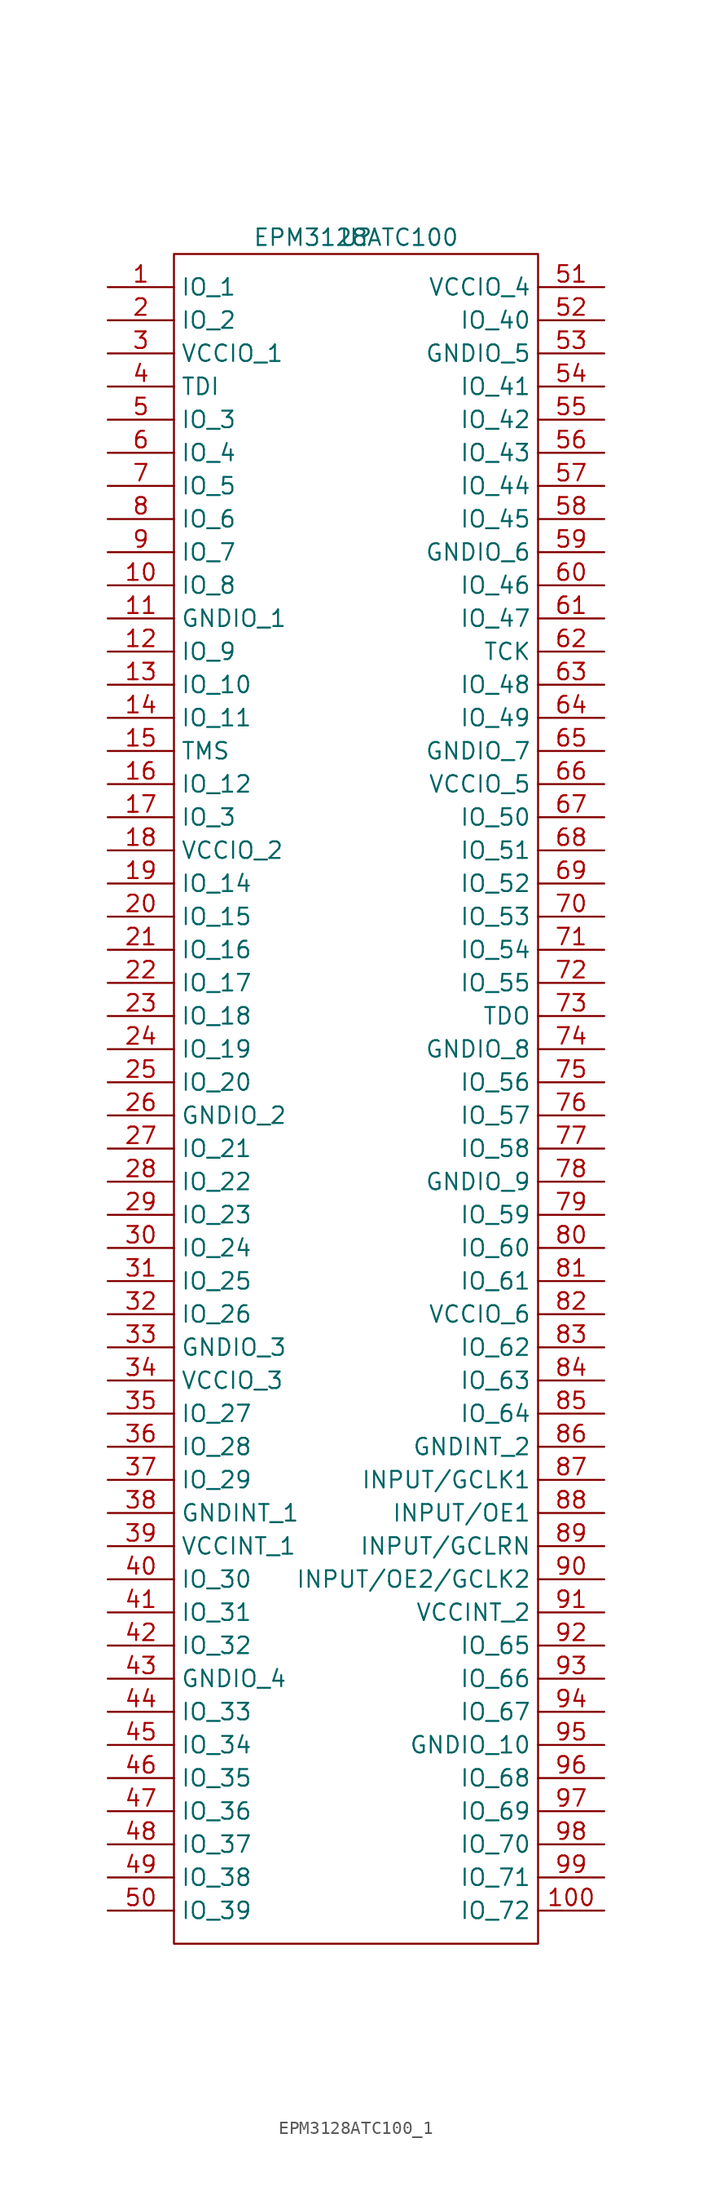
<source format=kicad_sym>
(kicad_symbol_lib
  (version 20231120)
  (generator "kicad_symbol_editor")
  (generator_version "8.0")
  (symbol "EPM3128ATC100_1"
    (property "Reference" "U"
      (at 0 0 0)
      (effects (font (size 1.27 1.27))))
    (property "Value" "EPM3128ATC100"
      (at 0 0 0)
      (effects (font (size 1.27 1.27))))
    (symbol "EPM3128ATC100_1_0_1"
      (rectangle (start -13.97 -1.27) (end 13.97 -130.81) (stroke (width 0) (type default)) (fill (type none))))
    (symbol "EPM3128ATC100_1_1_1"
      (pin bidirectional line (at -19.05 -3.81 0) (length 5.08) (name "IO_1" (effects (font (size 1.27 1.27)))) (number "1" (effects (font (size 1.27 1.27)))))
      (pin bidirectional line (at -19.05 -26.67 0) (length 5.08) (name "IO_8" (effects (font (size 1.27 1.27)))) (number "10" (effects (font (size 1.27 1.27)))))
      (pin bidirectional line (at 19.05 -128.27 180) (length 5.08) (name "IO_72" (effects (font (size 1.27 1.27)))) (number "100" (effects (font (size 1.27 1.27)))))
      (pin power_in line (at -19.05 -29.21 0) (length 5.08) (name "GNDIO_1" (effects (font (size 1.27 1.27)))) (number "11" (effects (font (size 1.27 1.27)))))
      (pin bidirectional line (at -19.05 -31.75 0) (length 5.08) (name "IO_9" (effects (font (size 1.27 1.27)))) (number "12" (effects (font (size 1.27 1.27)))))
      (pin bidirectional line (at -19.05 -34.29 0) (length 5.08) (name "IO_10" (effects (font (size 1.27 1.27)))) (number "13" (effects (font (size 1.27 1.27)))))
      (pin bidirectional line (at -19.05 -36.83 0) (length 5.08) (name "IO_11" (effects (font (size 1.27 1.27)))) (number "14" (effects (font (size 1.27 1.27)))))
      (pin bidirectional line (at -19.05 -39.37 0) (length 5.08) (name "TMS" (effects (font (size 1.27 1.27)))) (number "15" (effects (font (size 1.27 1.27)))))
      (pin bidirectional line (at -19.05 -41.91 0) (length 5.08) (name "IO_12" (effects (font (size 1.27 1.27)))) (number "16" (effects (font (size 1.27 1.27)))))
      (pin bidirectional line (at -19.05 -44.45 0) (length 5.08) (name "IO_3" (effects (font (size 1.27 1.27)))) (number "17" (effects (font (size 1.27 1.27)))))
      (pin power_in line (at -19.05 -46.99 0) (length 5.08) (name "VCCIO_2" (effects (font (size 1.27 1.27)))) (number "18" (effects (font (size 1.27 1.27)))))
      (pin bidirectional line (at -19.05 -49.53 0) (length 5.08) (name "IO_14" (effects (font (size 1.27 1.27)))) (number "19" (effects (font (size 1.27 1.27)))))
      (pin bidirectional line (at -19.05 -6.35 0) (length 5.08) (name "IO_2" (effects (font (size 1.27 1.27)))) (number "2" (effects (font (size 1.27 1.27)))))
      (pin bidirectional line (at -19.05 -52.07 0) (length 5.08) (name "IO_15" (effects (font (size 1.27 1.27)))) (number "20" (effects (font (size 1.27 1.27)))))
      (pin bidirectional line (at -19.05 -54.61 0) (length 5.08) (name "IO_16" (effects (font (size 1.27 1.27)))) (number "21" (effects (font (size 1.27 1.27)))))
      (pin bidirectional line (at -19.05 -57.15 0) (length 5.08) (name "IO_17" (effects (font (size 1.27 1.27)))) (number "22" (effects (font (size 1.27 1.27)))))
      (pin bidirectional line (at -19.05 -59.69 0) (length 5.08) (name "IO_18" (effects (font (size 1.27 1.27)))) (number "23" (effects (font (size 1.27 1.27)))))
      (pin bidirectional line (at -19.05 -62.23 0) (length 5.08) (name "IO_19" (effects (font (size 1.27 1.27)))) (number "24" (effects (font (size 1.27 1.27)))))
      (pin bidirectional line (at -19.05 -64.77 0) (length 5.08) (name "IO_20" (effects (font (size 1.27 1.27)))) (number "25" (effects (font (size 1.27 1.27)))))
      (pin power_in line (at -19.05 -67.31 0) (length 5.08) (name "GNDIO_2" (effects (font (size 1.27 1.27)))) (number "26" (effects (font (size 1.27 1.27)))))
      (pin bidirectional line (at -19.05 -69.85 0) (length 5.08) (name "IO_21" (effects (font (size 1.27 1.27)))) (number "27" (effects (font (size 1.27 1.27)))))
      (pin bidirectional line (at -19.05 -72.39 0) (length 5.08) (name "IO_22" (effects (font (size 1.27 1.27)))) (number "28" (effects (font (size 1.27 1.27)))))
      (pin bidirectional line (at -19.05 -74.93 0) (length 5.08) (name "IO_23" (effects (font (size 1.27 1.27)))) (number "29" (effects (font (size 1.27 1.27)))))
      (pin power_in line (at -19.05 -8.89 0) (length 5.08) (name "VCCIO_1" (effects (font (size 1.27 1.27)))) (number "3" (effects (font (size 1.27 1.27)))))
      (pin bidirectional line (at -19.05 -77.47 0) (length 5.08) (name "IO_24" (effects (font (size 1.27 1.27)))) (number "30" (effects (font (size 1.27 1.27)))))
      (pin bidirectional line (at -19.05 -80.01 0) (length 5.08) (name "IO_25" (effects (font (size 1.27 1.27)))) (number "31" (effects (font (size 1.27 1.27)))))
      (pin bidirectional line (at -19.05 -82.55 0) (length 5.08) (name "IO_26" (effects (font (size 1.27 1.27)))) (number "32" (effects (font (size 1.27 1.27)))))
      (pin power_in line (at -19.05 -85.09 0) (length 5.08) (name "GNDIO_3" (effects (font (size 1.27 1.27)))) (number "33" (effects (font (size 1.27 1.27)))))
      (pin power_in line (at -19.05 -87.63 0) (length 5.08) (name "VCCIO_3" (effects (font (size 1.27 1.27)))) (number "34" (effects (font (size 1.27 1.27)))))
      (pin bidirectional line (at -19.05 -90.17 0) (length 5.08) (name "IO_27" (effects (font (size 1.27 1.27)))) (number "35" (effects (font (size 1.27 1.27)))))
      (pin bidirectional line (at -19.05 -92.71 0) (length 5.08) (name "IO_28" (effects (font (size 1.27 1.27)))) (number "36" (effects (font (size 1.27 1.27)))))
      (pin bidirectional line (at -19.05 -95.25 0) (length 5.08) (name "IO_29" (effects (font (size 1.27 1.27)))) (number "37" (effects (font (size 1.27 1.27)))))
      (pin power_in line (at -19.05 -97.79 0) (length 5.08) (name "GNDINT_1" (effects (font (size 1.27 1.27)))) (number "38" (effects (font (size 1.27 1.27)))))
      (pin power_in line (at -19.05 -100.33 0) (length 5.08) (name "VCCINT_1" (effects (font (size 1.27 1.27)))) (number "39" (effects (font (size 1.27 1.27)))))
      (pin bidirectional line (at -19.05 -11.43 0) (length 5.08) (name "TDI" (effects (font (size 1.27 1.27)))) (number "4" (effects (font (size 1.27 1.27)))))
      (pin bidirectional line (at -19.05 -102.87 0) (length 5.08) (name "IO_30" (effects (font (size 1.27 1.27)))) (number "40" (effects (font (size 1.27 1.27)))))
      (pin bidirectional line (at -19.05 -105.41 0) (length 5.08) (name "IO_31" (effects (font (size 1.27 1.27)))) (number "41" (effects (font (size 1.27 1.27)))))
      (pin bidirectional line (at -19.05 -107.95 0) (length 5.08) (name "IO_32" (effects (font (size 1.27 1.27)))) (number "42" (effects (font (size 1.27 1.27)))))
      (pin power_in line (at -19.05 -110.49 0) (length 5.08) (name "GNDIO_4" (effects (font (size 1.27 1.27)))) (number "43" (effects (font (size 1.27 1.27)))))
      (pin bidirectional line (at -19.05 -113.03 0) (length 5.08) (name "IO_33" (effects (font (size 1.27 1.27)))) (number "44" (effects (font (size 1.27 1.27)))))
      (pin bidirectional line (at -19.05 -115.57 0) (length 5.08) (name "IO_34" (effects (font (size 1.27 1.27)))) (number "45" (effects (font (size 1.27 1.27)))))
      (pin bidirectional line (at -19.05 -118.11 0) (length 5.08) (name "IO_35" (effects (font (size 1.27 1.27)))) (number "46" (effects (font (size 1.27 1.27)))))
      (pin bidirectional line (at -19.05 -120.65 0) (length 5.08) (name "IO_36" (effects (font (size 1.27 1.27)))) (number "47" (effects (font (size 1.27 1.27)))))
      (pin bidirectional line (at -19.05 -123.19 0) (length 5.08) (name "IO_37" (effects (font (size 1.27 1.27)))) (number "48" (effects (font (size 1.27 1.27)))))
      (pin bidirectional line (at -19.05 -125.73 0) (length 5.08) (name "IO_38" (effects (font (size 1.27 1.27)))) (number "49" (effects (font (size 1.27 1.27)))))
      (pin bidirectional line (at -19.05 -13.97 0) (length 5.08) (name "IO_3" (effects (font (size 1.27 1.27)))) (number "5" (effects (font (size 1.27 1.27)))))
      (pin bidirectional line (at -19.05 -128.27 0) (length 5.08) (name "IO_39" (effects (font (size 1.27 1.27)))) (number "50" (effects (font (size 1.27 1.27)))))
      (pin power_in line (at 19.05 -3.81 180) (length 5.08) (name "VCCIO_4" (effects (font (size 1.27 1.27)))) (number "51" (effects (font (size 1.27 1.27)))))
      (pin bidirectional line (at 19.05 -6.35 180) (length 5.08) (name "IO_40" (effects (font (size 1.27 1.27)))) (number "52" (effects (font (size 1.27 1.27)))))
      (pin power_in line (at 19.05 -8.89 180) (length 5.08) (name "GNDIO_5" (effects (font (size 1.27 1.27)))) (number "53" (effects (font (size 1.27 1.27)))))
      (pin bidirectional line (at 19.05 -11.43 180) (length 5.08) (name "IO_41" (effects (font (size 1.27 1.27)))) (number "54" (effects (font (size 1.27 1.27)))))
      (pin bidirectional line (at 19.05 -13.97 180) (length 5.08) (name "IO_42" (effects (font (size 1.27 1.27)))) (number "55" (effects (font (size 1.27 1.27)))))
      (pin bidirectional line (at 19.05 -16.51 180) (length 5.08) (name "IO_43" (effects (font (size 1.27 1.27)))) (number "56" (effects (font (size 1.27 1.27)))))
      (pin bidirectional line (at 19.05 -19.05 180) (length 5.08) (name "IO_44" (effects (font (size 1.27 1.27)))) (number "57" (effects (font (size 1.27 1.27)))))
      (pin bidirectional line (at 19.05 -21.59 180) (length 5.08) (name "IO_45" (effects (font (size 1.27 1.27)))) (number "58" (effects (font (size 1.27 1.27)))))
      (pin power_in line (at 19.05 -24.13 180) (length 5.08) (name "GNDIO_6" (effects (font (size 1.27 1.27)))) (number "59" (effects (font (size 1.27 1.27)))))
      (pin bidirectional line (at -19.05 -16.51 0) (length 5.08) (name "IO_4" (effects (font (size 1.27 1.27)))) (number "6" (effects (font (size 1.27 1.27)))))
      (pin bidirectional line (at 19.05 -26.67 180) (length 5.08) (name "IO_46" (effects (font (size 1.27 1.27)))) (number "60" (effects (font (size 1.27 1.27)))))
      (pin bidirectional line (at 19.05 -29.21 180) (length 5.08) (name "IO_47" (effects (font (size 1.27 1.27)))) (number "61" (effects (font (size 1.27 1.27)))))
      (pin bidirectional line (at 19.05 -31.75 180) (length 5.08) (name "TCK" (effects (font (size 1.27 1.27)))) (number "62" (effects (font (size 1.27 1.27)))))
      (pin bidirectional line (at 19.05 -34.29 180) (length 5.08) (name "IO_48" (effects (font (size 1.27 1.27)))) (number "63" (effects (font (size 1.27 1.27)))))
      (pin bidirectional line (at 19.05 -36.83 180) (length 5.08) (name "IO_49" (effects (font (size 1.27 1.27)))) (number "64" (effects (font (size 1.27 1.27)))))
      (pin power_in line (at 19.05 -39.37 180) (length 5.08) (name "GNDIO_7" (effects (font (size 1.27 1.27)))) (number "65" (effects (font (size 1.27 1.27)))))
      (pin power_in line (at 19.05 -41.91 180) (length 5.08) (name "VCCIO_5" (effects (font (size 1.27 1.27)))) (number "66" (effects (font (size 1.27 1.27)))))
      (pin bidirectional line (at 19.05 -44.45 180) (length 5.08) (name "IO_50" (effects (font (size 1.27 1.27)))) (number "67" (effects (font (size 1.27 1.27)))))
      (pin bidirectional line (at 19.05 -46.99 180) (length 5.08) (name "IO_51" (effects (font (size 1.27 1.27)))) (number "68" (effects (font (size 1.27 1.27)))))
      (pin bidirectional line (at 19.05 -49.53 180) (length 5.08) (name "IO_52" (effects (font (size 1.27 1.27)))) (number "69" (effects (font (size 1.27 1.27)))))
      (pin bidirectional line (at -19.05 -19.05 0) (length 5.08) (name "IO_5" (effects (font (size 1.27 1.27)))) (number "7" (effects (font (size 1.27 1.27)))))
      (pin bidirectional line (at 19.05 -52.07 180) (length 5.08) (name "IO_53" (effects (font (size 1.27 1.27)))) (number "70" (effects (font (size 1.27 1.27)))))
      (pin bidirectional line (at 19.05 -54.61 180) (length 5.08) (name "IO_54" (effects (font (size 1.27 1.27)))) (number "71" (effects (font (size 1.27 1.27)))))
      (pin bidirectional line (at 19.05 -57.15 180) (length 5.08) (name "IO_55" (effects (font (size 1.27 1.27)))) (number "72" (effects (font (size 1.27 1.27)))))
      (pin bidirectional line (at 19.05 -59.69 180) (length 5.08) (name "TDO" (effects (font (size 1.27 1.27)))) (number "73" (effects (font (size 1.27 1.27)))))
      (pin power_in line (at 19.05 -62.23 180) (length 5.08) (name "GNDIO_8" (effects (font (size 1.27 1.27)))) (number "74" (effects (font (size 1.27 1.27)))))
      (pin bidirectional line (at 19.05 -64.77 180) (length 5.08) (name "IO_56" (effects (font (size 1.27 1.27)))) (number "75" (effects (font (size 1.27 1.27)))))
      (pin bidirectional line (at 19.05 -67.31 180) (length 5.08) (name "IO_57" (effects (font (size 1.27 1.27)))) (number "76" (effects (font (size 1.27 1.27)))))
      (pin bidirectional line (at 19.05 -69.85 180) (length 5.08) (name "IO_58" (effects (font (size 1.27 1.27)))) (number "77" (effects (font (size 1.27 1.27)))))
      (pin power_in line (at 19.05 -72.39 180) (length 5.08) (name "GNDIO_9" (effects (font (size 1.27 1.27)))) (number "78" (effects (font (size 1.27 1.27)))))
      (pin bidirectional line (at 19.05 -74.93 180) (length 5.08) (name "IO_59" (effects (font (size 1.27 1.27)))) (number "79" (effects (font (size 1.27 1.27)))))
      (pin bidirectional line (at -19.05 -21.59 0) (length 5.08) (name "IO_6" (effects (font (size 1.27 1.27)))) (number "8" (effects (font (size 1.27 1.27)))))
      (pin bidirectional line (at 19.05 -77.47 180) (length 5.08) (name "IO_60" (effects (font (size 1.27 1.27)))) (number "80" (effects (font (size 1.27 1.27)))))
      (pin bidirectional line (at 19.05 -80.01 180) (length 5.08) (name "IO_61" (effects (font (size 1.27 1.27)))) (number "81" (effects (font (size 1.27 1.27)))))
      (pin power_in line (at 19.05 -82.55 180) (length 5.08) (name "VCCIO_6" (effects (font (size 1.27 1.27)))) (number "82" (effects (font (size 1.27 1.27)))))
      (pin bidirectional line (at 19.05 -85.09 180) (length 5.08) (name "IO_62" (effects (font (size 1.27 1.27)))) (number "83" (effects (font (size 1.27 1.27)))))
      (pin bidirectional line (at 19.05 -87.63 180) (length 5.08) (name "IO_63" (effects (font (size 1.27 1.27)))) (number "84" (effects (font (size 1.27 1.27)))))
      (pin bidirectional line (at 19.05 -90.17 180) (length 5.08) (name "IO_64" (effects (font (size 1.27 1.27)))) (number "85" (effects (font (size 1.27 1.27)))))
      (pin power_in line (at 19.05 -92.71 180) (length 5.08) (name "GNDINT_2" (effects (font (size 1.27 1.27)))) (number "86" (effects (font (size 1.27 1.27)))))
      (pin bidirectional line (at 19.05 -95.25 180) (length 5.08) (name "INPUT/GCLK1" (effects (font (size 1.27 1.27)))) (number "87" (effects (font (size 1.27 1.27)))))
      (pin bidirectional line (at 19.05 -97.79 180) (length 5.08) (name "INPUT/OE1" (effects (font (size 1.27 1.27)))) (number "88" (effects (font (size 1.27 1.27)))))
      (pin bidirectional line (at 19.05 -100.33 180) (length 5.08) (name "INPUT/GCLRN" (effects (font (size 1.27 1.27)))) (number "89" (effects (font (size 1.27 1.27)))))
      (pin bidirectional line (at -19.05 -24.13 0) (length 5.08) (name "IO_7" (effects (font (size 1.27 1.27)))) (number "9" (effects (font (size 1.27 1.27)))))
      (pin bidirectional line (at 19.05 -102.87 180) (length 5.08) (name "INPUT/OE2/GCLK2" (effects (font (size 1.27 1.27)))) (number "90" (effects (font (size 1.27 1.27)))))
      (pin power_in line (at 19.05 -105.41 180) (length 5.08) (name "VCCINT_2" (effects (font (size 1.27 1.27)))) (number "91" (effects (font (size 1.27 1.27)))))
      (pin bidirectional line (at 19.05 -107.95 180) (length 5.08) (name "IO_65" (effects (font (size 1.27 1.27)))) (number "92" (effects (font (size 1.27 1.27)))))
      (pin bidirectional line (at 19.05 -110.49 180) (length 5.08) (name "IO_66" (effects (font (size 1.27 1.27)))) (number "93" (effects (font (size 1.27 1.27)))))
      (pin bidirectional line (at 19.05 -113.03 180) (length 5.08) (name "IO_67" (effects (font (size 1.27 1.27)))) (number "94" (effects (font (size 1.27 1.27)))))
      (pin power_in line (at 19.05 -115.57 180) (length 5.08) (name "GNDIO_10" (effects (font (size 1.27 1.27)))) (number "95" (effects (font (size 1.27 1.27)))))
      (pin bidirectional line (at 19.05 -118.11 180) (length 5.08) (name "IO_68" (effects (font (size 1.27 1.27)))) (number "96" (effects (font (size 1.27 1.27)))))
      (pin bidirectional line (at 19.05 -120.65 180) (length 5.08) (name "IO_69" (effects (font (size 1.27 1.27)))) (number "97" (effects (font (size 1.27 1.27)))))
      (pin bidirectional line (at 19.05 -123.19 180) (length 5.08) (name "IO_70" (effects (font (size 1.27 1.27)))) (number "98" (effects (font (size 1.27 1.27)))))
      (pin bidirectional line (at 19.05 -125.73 180) (length 5.08) (name "IO_71" (effects (font (size 1.27 1.27)))) (number "99" (effects (font (size 1.27 1.27))))))))
</source>
